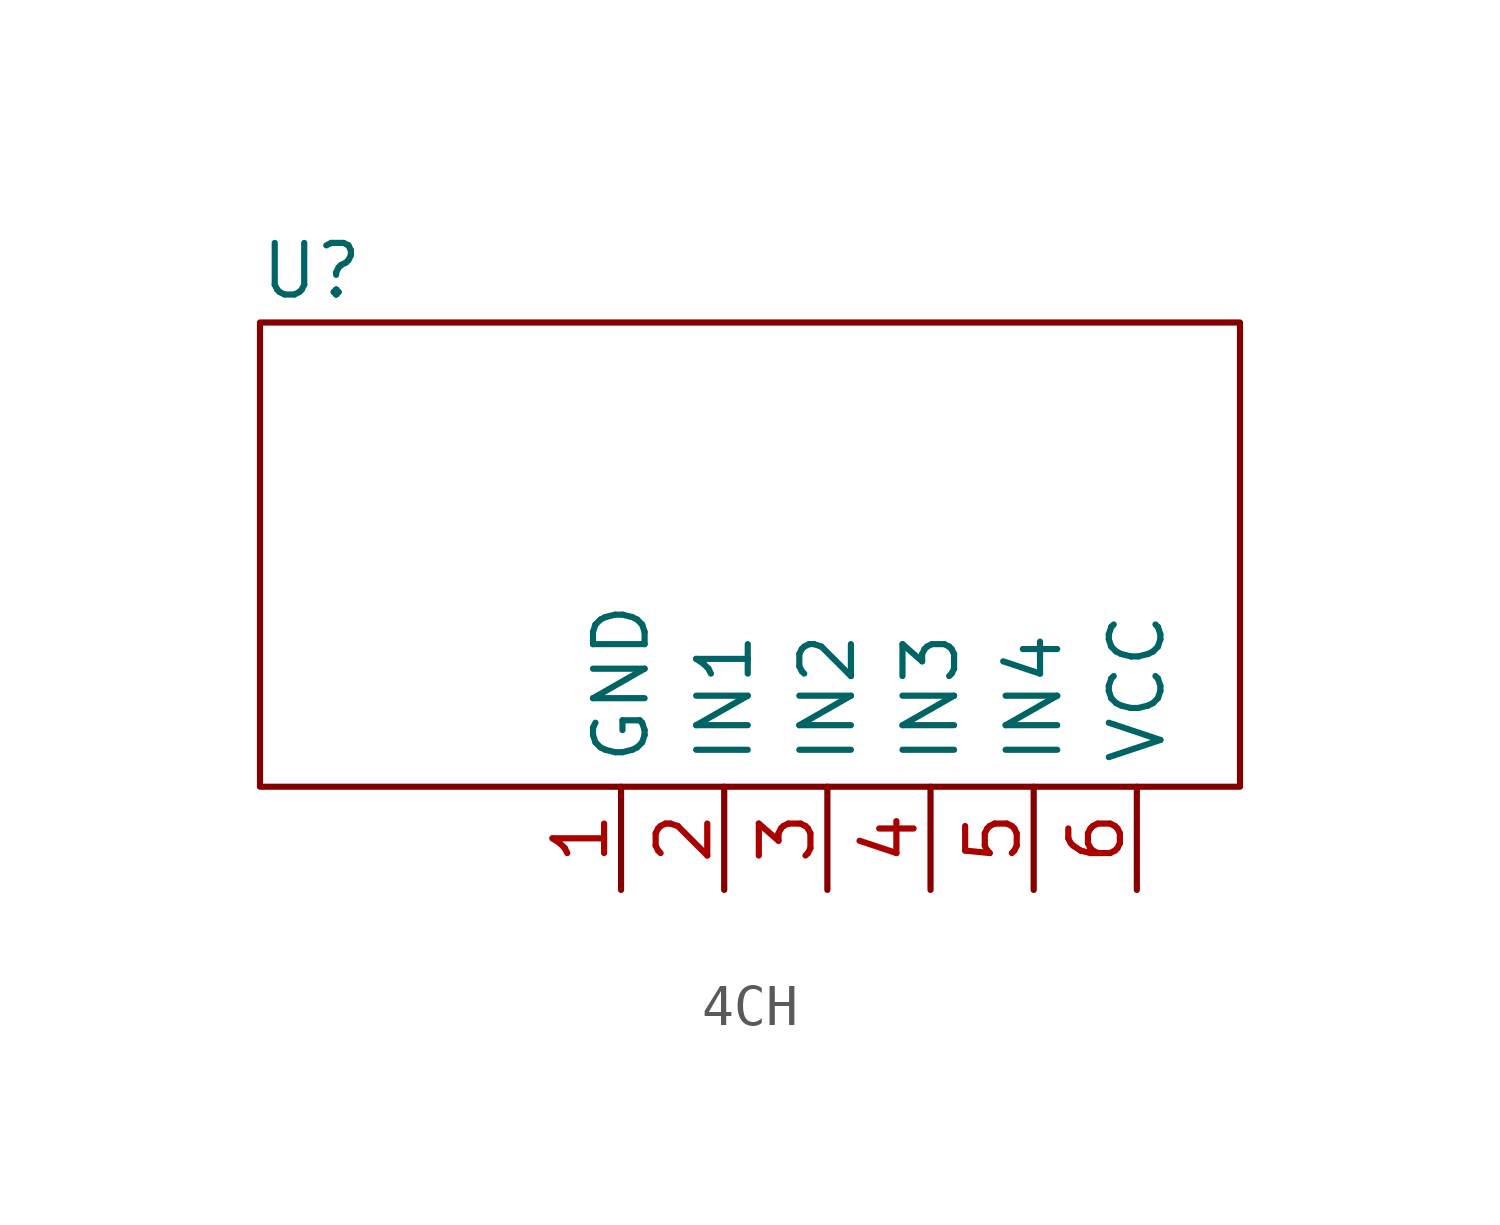
<source format=kicad_sym>
(kicad_symbol_lib
  (version 20220914)
  (generator kicad_symbol_editor)
  (symbol "4CH"
    (property "Reference" "U"
      (at -10.16 10.16 0)
      (effects (font (size 1.27 1.27))))
    (property "Value" ""
      (at 0 0 0)
      (effects (font (size 1.27 1.27))))
    (symbol "4CH_0_1"
      (rectangle (start -11.43 8.89) (end 12.7 -2.54) (stroke (width 0) (type default)) (fill (type none))))
    (symbol "4CH_1_1"
      (pin power_in line (at -2.54 -5.08 90) (length 2.54) (name "GND" (effects (font (size 1.27 1.27)))) (number "1" (effects (font (size 1.27 1.27)))))
      (pin input line (at 0 -5.08 90) (length 2.54) (name "IN1" (effects (font (size 1.27 1.27)))) (number "2" (effects (font (size 1.27 1.27)))))
      (pin input line (at 2.54 -5.08 90) (length 2.54) (name "IN2" (effects (font (size 1.27 1.27)))) (number "3" (effects (font (size 1.27 1.27)))))
      (pin input line (at 5.08 -5.08 90) (length 2.54) (name "IN3" (effects (font (size 1.27 1.27)))) (number "4" (effects (font (size 1.27 1.27)))))
      (pin input line (at 7.62 -5.08 90) (length 2.54) (name "IN4" (effects (font (size 1.27 1.27)))) (number "5" (effects (font (size 1.27 1.27)))))
      (pin power_in line (at 10.16 -5.08 90) (length 2.54) (name "VCC" (effects (font (size 1.27 1.27)))) (number "6" (effects (font (size 1.27 1.27))))))))
</source>
